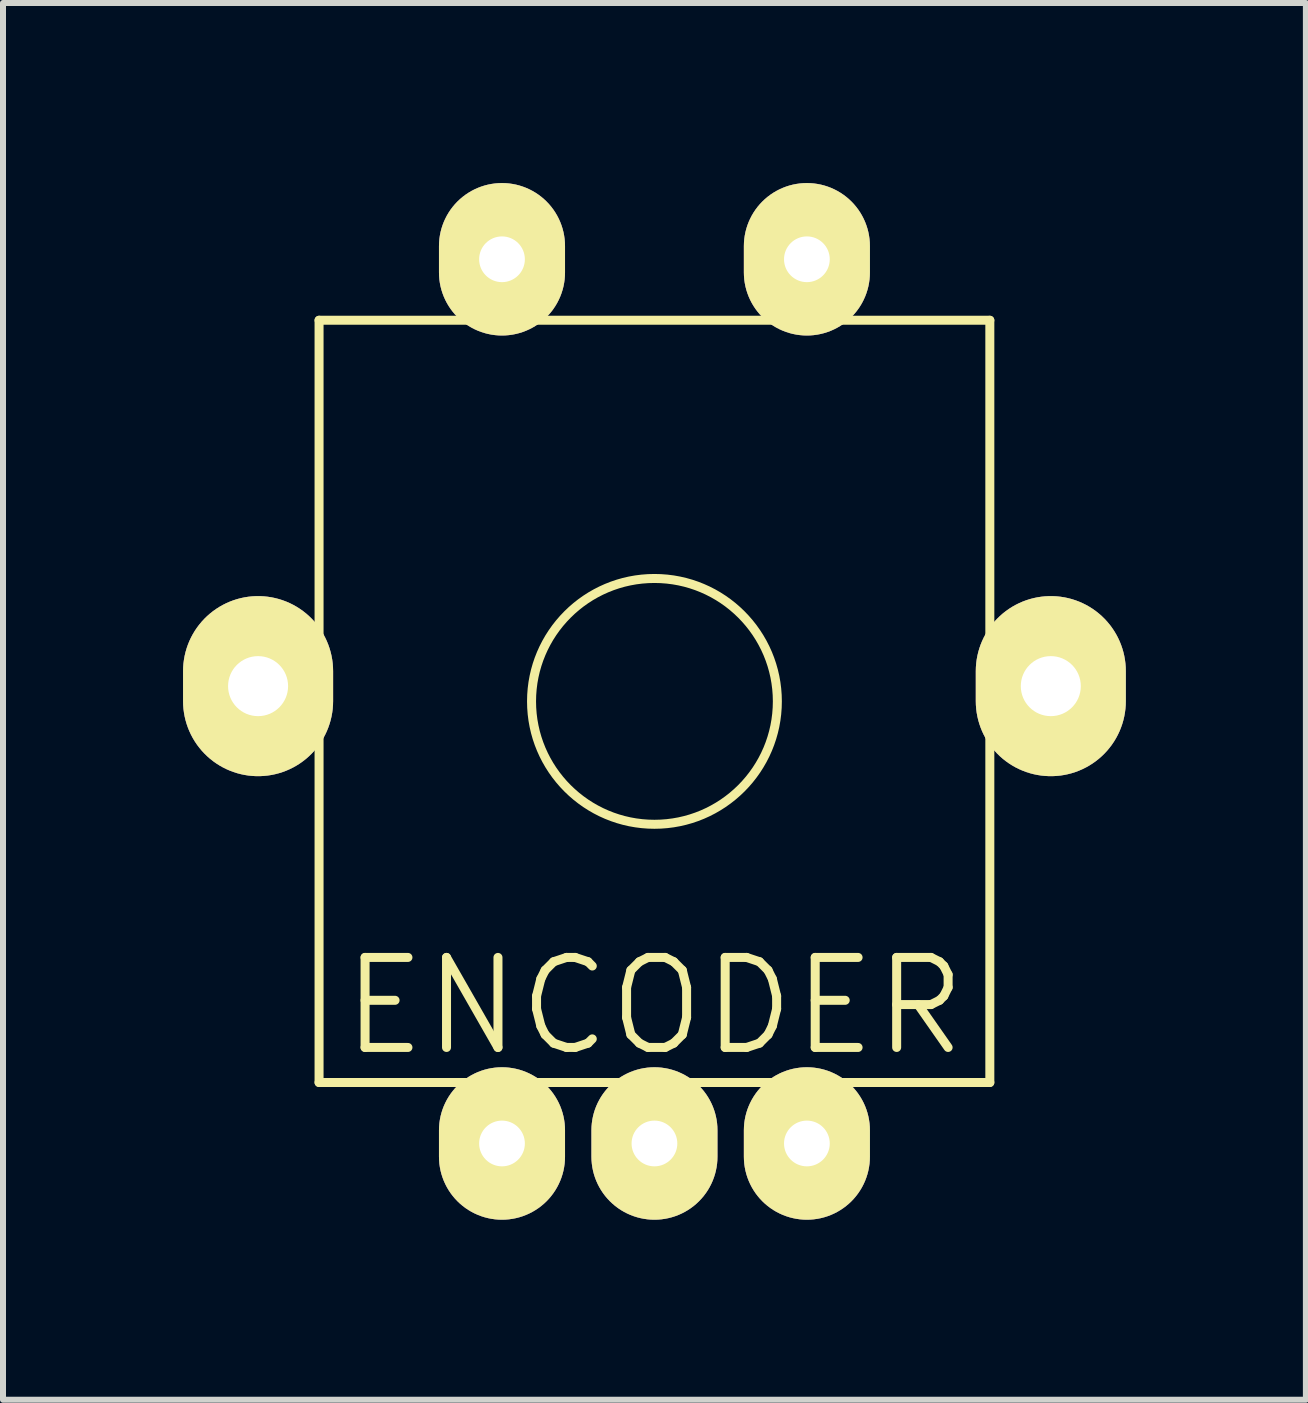
<source format=kicad_pcb>
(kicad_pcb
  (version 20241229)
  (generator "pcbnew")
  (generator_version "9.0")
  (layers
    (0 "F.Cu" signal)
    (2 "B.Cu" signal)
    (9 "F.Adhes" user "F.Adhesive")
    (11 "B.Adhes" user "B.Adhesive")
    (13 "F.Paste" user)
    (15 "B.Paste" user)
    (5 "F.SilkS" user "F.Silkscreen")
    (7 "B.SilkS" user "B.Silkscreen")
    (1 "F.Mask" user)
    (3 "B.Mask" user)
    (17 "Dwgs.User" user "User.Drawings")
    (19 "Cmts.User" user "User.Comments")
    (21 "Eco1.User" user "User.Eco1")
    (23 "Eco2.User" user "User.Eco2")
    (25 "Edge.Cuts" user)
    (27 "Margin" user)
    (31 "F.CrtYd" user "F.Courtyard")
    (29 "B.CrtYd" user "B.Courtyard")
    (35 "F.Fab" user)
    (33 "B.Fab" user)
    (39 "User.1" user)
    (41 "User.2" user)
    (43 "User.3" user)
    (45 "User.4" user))
  (footprint "ENCODER"
    (layer "F.Cu")
    (at 7.854 8.382)
    (property "Reference" "ENCODER" (at 0 5.334 0) (layer "F.SilkS") (effects (font (size 1.5 1.5) (thickness 0.15))))
    (attr through_hole)
    (fp_line (start -5.588 -6.096) (end 5.588 -6.096) (stroke (width 0.15) (type solid)) (layer "F.SilkS"))
    (fp_line (start -5.588 6.604) (end -5.588 -6.096) (stroke (width 0.15) (type solid)) (layer "F.SilkS"))
    (fp_line (start 5.588 -6.096) (end 5.588 6.604) (stroke (width 0.15) (type solid)) (layer "F.SilkS"))
    (fp_line (start 5.588 6.604) (end -5.588 6.604) (stroke (width 0.15) (type solid)) (layer "F.SilkS"))
    (fp_circle (center 0 0.254) (end 0.254 2.286) (stroke (width 0.15) (type solid)) (fill no) (layer "F.SilkS"))
    (pad "" np_thru_hole oval (at -6.604 0) (size 2.5 3) (drill 1) (layers "*.Cu" "*.Mask" "F.SilkS"))
    (pad "" np_thru_hole oval (at 6.604 0) (size 2.5 3) (drill 1) (layers "*.Cu" "*.Mask" "F.SilkS"))
    (pad "1" thru_hole oval (at -2.54 7.62) (size 2.1 2.54) (drill 0.762) (layers "*.Cu" "*.Mask" "F.SilkS"))
    (pad "2" thru_hole oval (at 0 7.62) (size 2.1 2.54) (drill 0.762) (layers "*.Cu" "*.Mask" "F.SilkS"))
    (pad "3" thru_hole oval (at 2.54 7.62) (size 2.1 2.54) (drill 0.762) (layers "*.Cu" "*.Mask" "F.SilkS"))
    (pad "4" thru_hole oval (at -2.54 -7.112) (size 2.1 2.54) (drill 0.762) (layers "*.Cu" "*.Mask" "F.SilkS"))
    (pad "5" thru_hole oval (at 2.54 -7.112) (size 2.1 2.54) (drill 0.762) (layers "*.Cu" "*.Mask" "F.SilkS")))
  (gr_rect
    (start -3 -3)
    (end 18.708 20.272)
    (stroke (width 0.1) (type default))
    (fill no)
    (layer "Edge.Cuts")))
</source>
